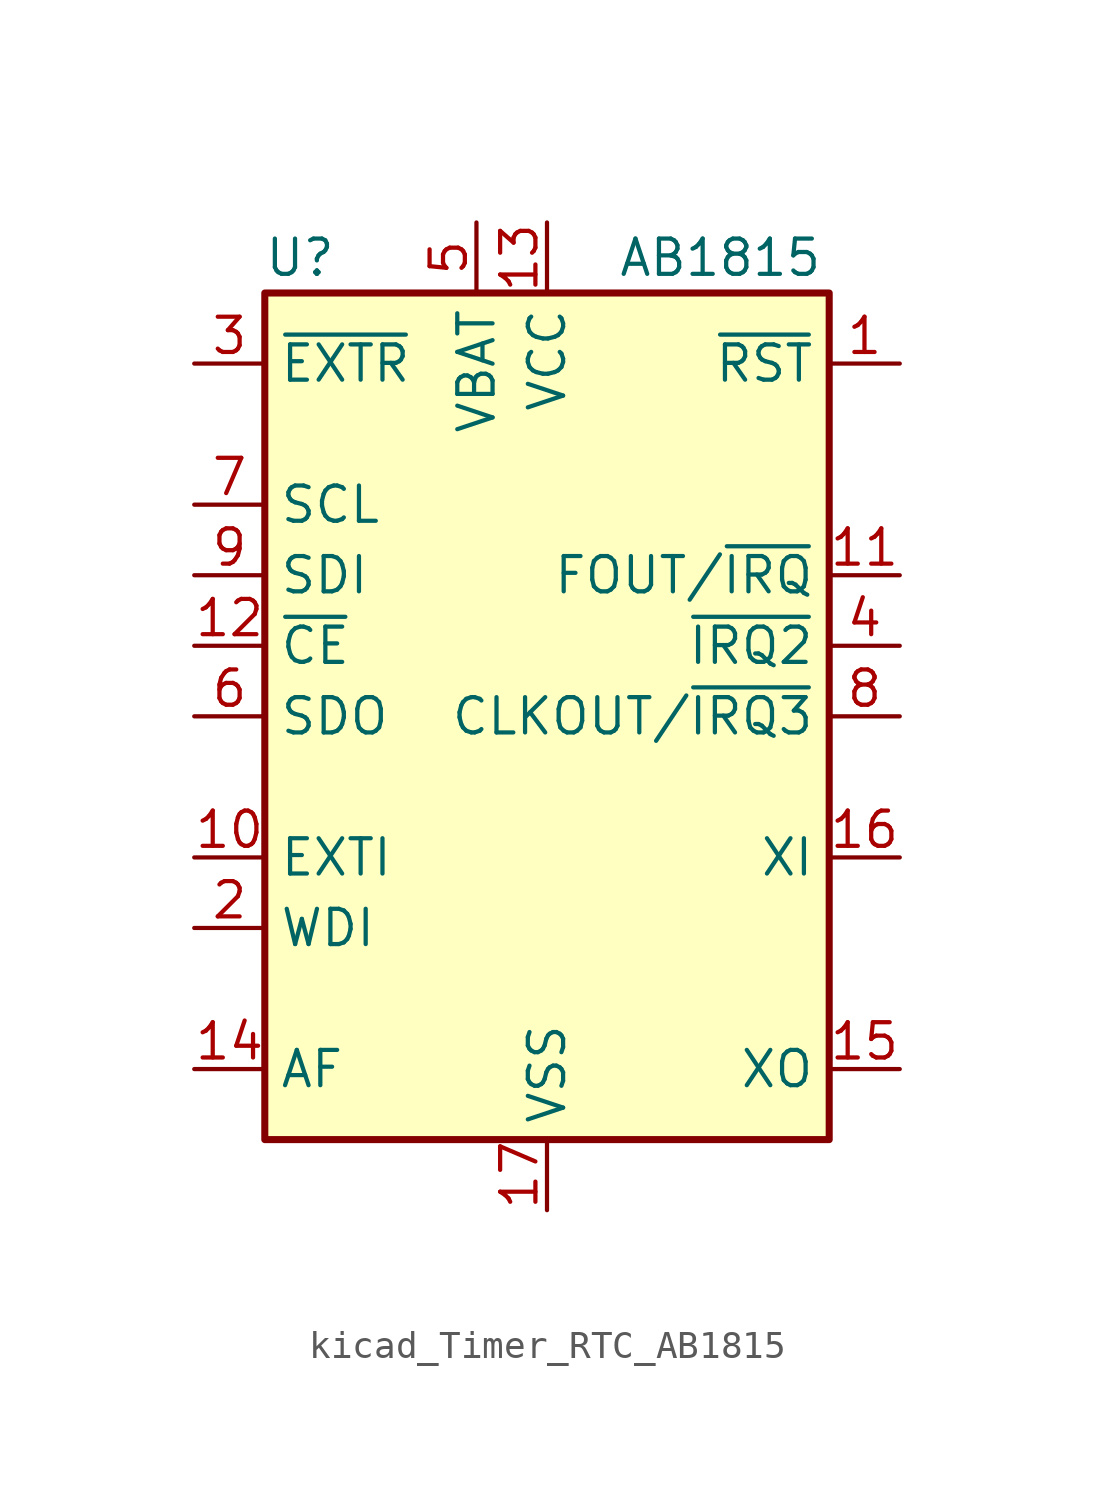
<source format=kicad_sym>
(kicad_symbol_lib
  (version 20220914)
  (generator kicad_symbol_editor)
  (symbol "kicad_Timer_RTC_AB1815"
    (property "Reference" "U"
      (at -8.89 16.51 0)
      (effects (font (size 1.27 1.27))))
    (property "Value" "AB1815"
      (at 2.54 16.51 0)
      (effects (font (size 1.27 1.27)) (justify left)))
    (symbol "kicad_Timer_RTC_AB1815_0_1"
      (rectangle (start -10.16 15.24) (end 10.16 -15.24) (stroke (width 0.254) (type default)) (fill (type background))))
    (symbol "kicad_Timer_RTC_AB1815_1_1"
      (pin open_collector line (at 12.7 12.7 180) (length 2.54) (name "~{RST}" (effects (font (size 1.27 1.27)))) (number "1" (effects (font (size 1.27 1.27)))))
      (pin input line (at -12.7 -5.08 0) (length 2.54) (name "EXTI" (effects (font (size 1.27 1.27)))) (number "10" (effects (font (size 1.27 1.27)))))
      (pin open_collector line (at 12.7 5.08 180) (length 2.54) (name "FOUT/~{IRQ}" (effects (font (size 1.27 1.27)))) (number "11" (effects (font (size 1.27 1.27)))))
      (pin input line (at -12.7 2.54 0) (length 2.54) (name "~{CE}" (effects (font (size 1.27 1.27)))) (number "12" (effects (font (size 1.27 1.27)))))
      (pin power_in line (at 0 17.78 270) (length 2.54) (name "VCC" (effects (font (size 1.27 1.27)))) (number "13" (effects (font (size 1.27 1.27)))))
      (pin passive line (at -12.7 -12.7 0) (length 2.54) (name "AF" (effects (font (size 1.27 1.27)))) (number "14" (effects (font (size 1.27 1.27)))))
      (pin output line (at 12.7 -12.7 180) (length 2.54) (name "XO" (effects (font (size 1.27 1.27)))) (number "15" (effects (font (size 1.27 1.27)))))
      (pin input line (at 12.7 -5.08 180) (length 2.54) (name "XI" (effects (font (size 1.27 1.27)))) (number "16" (effects (font (size 1.27 1.27)))))
      (pin power_in line (at 0 -17.78 90) (length 2.54) (name "VSS" (effects (font (size 1.27 1.27)))) (number "17" (effects (font (size 1.27 1.27)))))
      (pin input line (at -12.7 -7.62 0) (length 2.54) (name "WDI" (effects (font (size 1.27 1.27)))) (number "2" (effects (font (size 1.27 1.27)))))
      (pin input line (at -12.7 12.7 0) (length 2.54) (name "~{EXTR}" (effects (font (size 1.27 1.27)))) (number "3" (effects (font (size 1.27 1.27)))))
      (pin open_collector line (at 12.7 2.54 180) (length 2.54) (name "~{IRQ2}" (effects (font (size 1.27 1.27)))) (number "4" (effects (font (size 1.27 1.27)))))
      (pin power_in line (at -2.54 17.78 270) (length 2.54) (name "VBAT" (effects (font (size 1.27 1.27)))) (number "5" (effects (font (size 1.27 1.27)))))
      (pin output line (at -12.7 0 0) (length 2.54) (name "SDO" (effects (font (size 1.27 1.27)))) (number "6" (effects (font (size 1.27 1.27)))))
      (pin input line (at -12.7 7.62 0) (length 2.54) (name "SCL" (effects (font (size 1.27 1.27)))) (number "7" (effects (font (size 1.27 1.27)))))
      (pin output line (at 12.7 0 180) (length 2.54) (name "CLKOUT/~{IRQ3}" (effects (font (size 1.27 1.27)))) (number "8" (effects (font (size 1.27 1.27)))))
      (pin input line (at -12.7 5.08 0) (length 2.54) (name "SDI" (effects (font (size 1.27 1.27)))) (number "9" (effects (font (size 1.27 1.27))))))))
</source>
